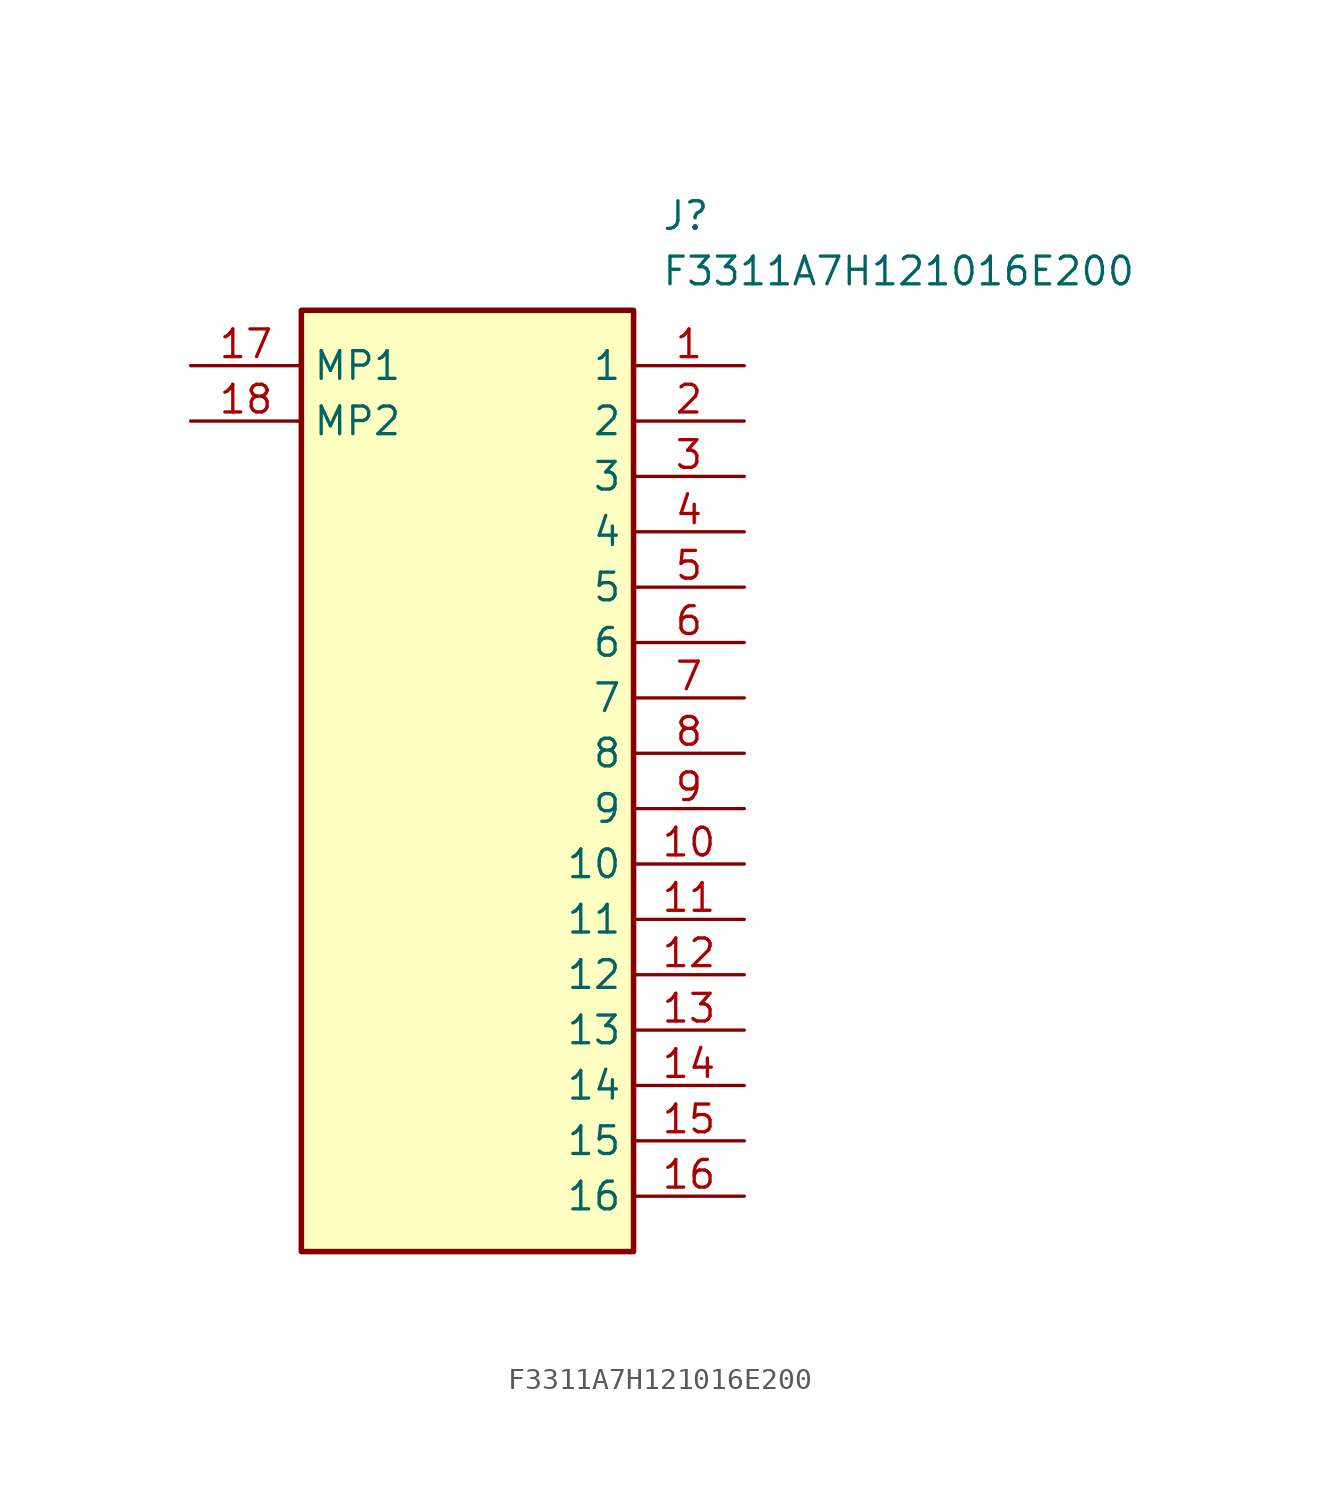
<source format=kicad_sym>
(kicad_symbol_lib
  (version 20211014)
  (generator SamacSys_ECAD_Model)
  (symbol "F3311A7H121016E200"
    (property "Reference" "J"
      (at 21.59 7.62 0)
      (effects (font (size 1.27 1.27)) (justify left top)))
    (property "Value" "F3311A7H121016E200"
      (at 21.59 5.08 0)
      (effects (font (size 1.27 1.27)) (justify left top)))
    (rectangle
      (start 5.08 2.54)
      (end 20.32 -40.64)
      (stroke (width 0.254) (type default))
      (fill (type background)))
    (pin passive line
      (at 25.4 0 180)
      (length 5.08)
      (name "1" (effects (font (size 1.27 1.27))))
      (number "1" (effects (font (size 1.27 1.27)))))
    (pin passive line
      (at 25.4 -2.54 180)
      (length 5.08)
      (name "2" (effects (font (size 1.27 1.27))))
      (number "2" (effects (font (size 1.27 1.27)))))
    (pin passive line
      (at 25.4 -5.08 180)
      (length 5.08)
      (name "3" (effects (font (size 1.27 1.27))))
      (number "3" (effects (font (size 1.27 1.27)))))
    (pin passive line
      (at 25.4 -7.62 180)
      (length 5.08)
      (name "4" (effects (font (size 1.27 1.27))))
      (number "4" (effects (font (size 1.27 1.27)))))
    (pin passive line
      (at 25.4 -10.16 180)
      (length 5.08)
      (name "5" (effects (font (size 1.27 1.27))))
      (number "5" (effects (font (size 1.27 1.27)))))
    (pin passive line
      (at 25.4 -12.7 180)
      (length 5.08)
      (name "6" (effects (font (size 1.27 1.27))))
      (number "6" (effects (font (size 1.27 1.27)))))
    (pin passive line
      (at 25.4 -15.24 180)
      (length 5.08)
      (name "7" (effects (font (size 1.27 1.27))))
      (number "7" (effects (font (size 1.27 1.27)))))
    (pin passive line
      (at 25.4 -17.78 180)
      (length 5.08)
      (name "8" (effects (font (size 1.27 1.27))))
      (number "8" (effects (font (size 1.27 1.27)))))
    (pin passive line
      (at 25.4 -20.32 180)
      (length 5.08)
      (name "9" (effects (font (size 1.27 1.27))))
      (number "9" (effects (font (size 1.27 1.27)))))
    (pin passive line
      (at 25.4 -22.86 180)
      (length 5.08)
      (name "10" (effects (font (size 1.27 1.27))))
      (number "10" (effects (font (size 1.27 1.27)))))
    (pin passive line
      (at 25.4 -25.4 180)
      (length 5.08)
      (name "11" (effects (font (size 1.27 1.27))))
      (number "11" (effects (font (size 1.27 1.27)))))
    (pin passive line
      (at 25.4 -27.94 180)
      (length 5.08)
      (name "12" (effects (font (size 1.27 1.27))))
      (number "12" (effects (font (size 1.27 1.27)))))
    (pin passive line
      (at 25.4 -30.48 180)
      (length 5.08)
      (name "13" (effects (font (size 1.27 1.27))))
      (number "13" (effects (font (size 1.27 1.27)))))
    (pin passive line
      (at 25.4 -33.02 180)
      (length 5.08)
      (name "14" (effects (font (size 1.27 1.27))))
      (number "14" (effects (font (size 1.27 1.27)))))
    (pin passive line
      (at 25.4 -35.56 180)
      (length 5.08)
      (name "15" (effects (font (size 1.27 1.27))))
      (number "15" (effects (font (size 1.27 1.27)))))
    (pin passive line
      (at 25.4 -38.1 180)
      (length 5.08)
      (name "16" (effects (font (size 1.27 1.27))))
      (number "16" (effects (font (size 1.27 1.27)))))
    (pin passive line
      (at 0 0 0)
      (length 5.08)
      (name "MP1" (effects (font (size 1.27 1.27))))
      (number "17" (effects (font (size 1.27 1.27)))))
    (pin passive line
      (at 0 -2.54 0)
      (length 5.08)
      (name "MP2" (effects (font (size 1.27 1.27))))
      (number "18" (effects (font (size 1.27 1.27)))))))
</source>
